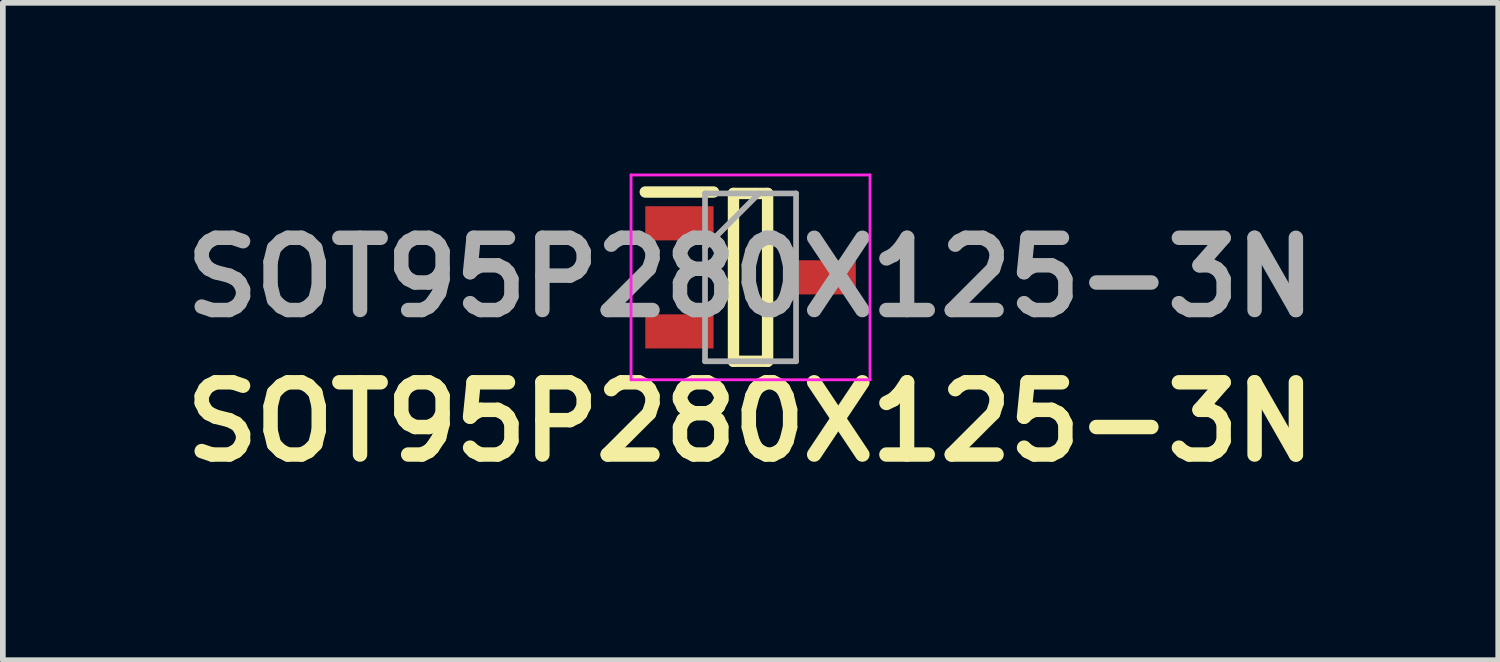
<source format=kicad_pcb>
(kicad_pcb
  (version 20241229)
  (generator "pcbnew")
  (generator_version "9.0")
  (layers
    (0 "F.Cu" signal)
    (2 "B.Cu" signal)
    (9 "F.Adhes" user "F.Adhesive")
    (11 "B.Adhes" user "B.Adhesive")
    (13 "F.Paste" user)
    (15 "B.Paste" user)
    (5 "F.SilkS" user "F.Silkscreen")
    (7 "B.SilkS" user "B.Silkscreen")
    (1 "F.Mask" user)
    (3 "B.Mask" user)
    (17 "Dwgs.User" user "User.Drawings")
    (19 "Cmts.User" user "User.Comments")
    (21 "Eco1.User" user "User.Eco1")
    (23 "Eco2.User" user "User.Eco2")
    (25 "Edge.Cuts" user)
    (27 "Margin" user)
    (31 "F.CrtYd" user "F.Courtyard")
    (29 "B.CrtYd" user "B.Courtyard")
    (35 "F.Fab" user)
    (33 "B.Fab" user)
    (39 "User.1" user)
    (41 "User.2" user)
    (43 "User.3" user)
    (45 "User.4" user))
  (footprint "SOT95P280X125-3N"
    (layer "F.Cu")
    (at 10.142 1.825)
    (property "Reference" "SOT95P280X125-3N" (at 0 2.54 0) (layer "F.SilkS") (effects (font (size 1.27 1.27) (thickness 0.254))))
    (attr smd)
    (fp_line (start -1.85 -1.5) (end -0.65 -1.5) (stroke (width 0.2) (type solid)) (layer "F.SilkS"))
    (fp_line (start -0.3 -1.475) (end 0.3 -1.475) (stroke (width 0.2) (type solid)) (layer "F.SilkS"))
    (fp_line (start -0.3 1.475) (end -0.3 -1.475) (stroke (width 0.2) (type solid)) (layer "F.SilkS"))
    (fp_line (start 0.3 -1.475) (end 0.3 1.475) (stroke (width 0.2) (type solid)) (layer "F.SilkS"))
    (fp_line (start 0.3 1.475) (end -0.3 1.475) (stroke (width 0.2) (type solid)) (layer "F.SilkS"))
    (fp_line (start -2.1 -1.8) (end 2.1 -1.8) (stroke (width 0.05) (type solid)) (layer "F.CrtYd"))
    (fp_line (start -2.1 1.8) (end -2.1 -1.8) (stroke (width 0.05) (type solid)) (layer "F.CrtYd"))
    (fp_line (start 2.1 -1.8) (end 2.1 1.8) (stroke (width 0.05) (type solid)) (layer "F.CrtYd"))
    (fp_line (start 2.1 1.8) (end -2.1 1.8) (stroke (width 0.05) (type solid)) (layer "F.CrtYd"))
    (fp_line (start -0.8 -1.475) (end 0.8 -1.475) (stroke (width 0.1) (type solid)) (layer "F.Fab"))
    (fp_line (start -0.8 -0.525) (end 0.15 -1.475) (stroke (width 0.1) (type solid)) (layer "F.Fab"))
    (fp_line (start -0.8 1.475) (end -0.8 -1.475) (stroke (width 0.1) (type solid)) (layer "F.Fab"))
    (fp_line (start 0.8 -1.475) (end 0.8 1.475) (stroke (width 0.1) (type solid)) (layer "F.Fab"))
    (fp_line (start 0.8 1.475) (end -0.8 1.475) (stroke (width 0.1) (type solid)) (layer "F.Fab"))
    (fp_text user "${REFERENCE}" (at 0 0 0) (layer "F.Fab") (effects (font (size 1.27 1.27) (thickness 0.254))))
    (pad "1" smd rect (at -1.25 -0.95 90) (size 0.6 1.2) (layers "F.Cu" "F.Mask" "F.Paste"))
    (pad "2" smd rect (at -1.25 0.95 90) (size 0.6 1.2) (layers "F.Cu" "F.Mask" "F.Paste"))
    (pad "3" smd rect (at 1.25 0 90) (size 0.6 1.2) (layers "F.Cu" "F.Mask" "F.Paste")))
  (gr_rect
    (start -3 -3)
    (end 23.284 8.554)
    (stroke (width 0.1) (type default))
    (fill no)
    (layer "Edge.Cuts")))
</source>
